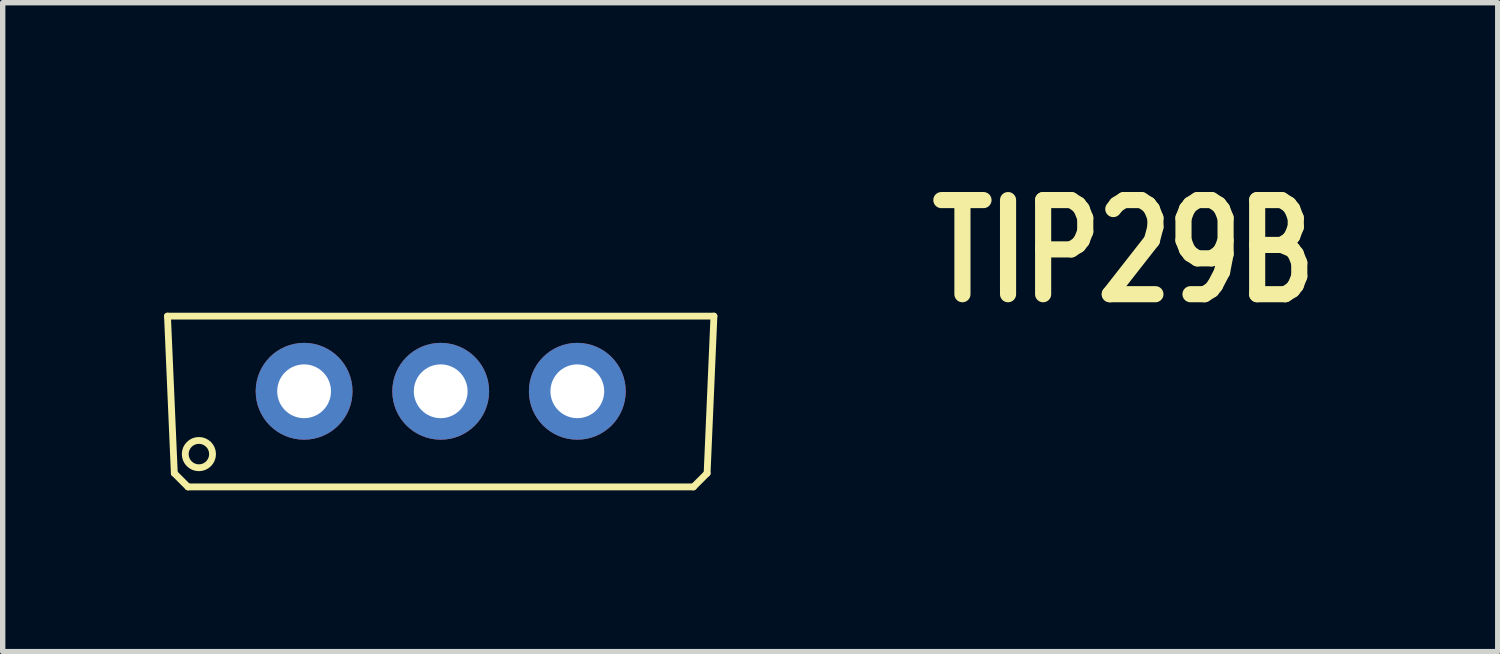
<source format=kicad_pcb>
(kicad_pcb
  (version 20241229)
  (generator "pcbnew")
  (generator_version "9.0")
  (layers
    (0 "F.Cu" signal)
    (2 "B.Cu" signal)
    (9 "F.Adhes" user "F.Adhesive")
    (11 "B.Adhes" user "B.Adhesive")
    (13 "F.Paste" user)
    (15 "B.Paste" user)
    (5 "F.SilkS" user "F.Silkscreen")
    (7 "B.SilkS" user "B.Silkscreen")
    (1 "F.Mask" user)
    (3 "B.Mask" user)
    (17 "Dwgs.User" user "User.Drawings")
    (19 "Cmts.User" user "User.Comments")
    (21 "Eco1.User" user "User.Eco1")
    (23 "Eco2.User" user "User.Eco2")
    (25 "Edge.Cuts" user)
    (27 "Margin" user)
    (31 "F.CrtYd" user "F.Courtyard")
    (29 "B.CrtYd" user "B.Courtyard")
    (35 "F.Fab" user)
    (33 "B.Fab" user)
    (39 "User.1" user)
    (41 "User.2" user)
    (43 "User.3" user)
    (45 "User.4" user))
  (footprint "TIP29B"
    (layer "F.Cu")
    (at 5.144 1.685)
    (property "Reference" "TIP29B" (at 8.981 0.965 0) (layer "F.SilkS") (effects (font (size 1.75 1.37) (thickness 0.3)) (justify left bottom)))
    (attr through_hole)
    (fp_line (start -5.08 1.143) (end 5.08 1.143) (stroke (width 0.127) (type solid)) (layer "F.SilkS"))
    (fp_line (start -4.953 4.064) (end -5.08 1.143) (stroke (width 0.127) (type solid)) (layer "F.SilkS"))
    (fp_line (start -4.953 4.064) (end -4.699 4.318) (stroke (width 0.127) (type solid)) (layer "F.SilkS"))
    (fp_line (start 4.699 4.318) (end -4.699 4.318) (stroke (width 0.127) (type solid)) (layer "F.SilkS"))
    (fp_line (start 4.699 4.318) (end 4.953 4.064) (stroke (width 0.127) (type solid)) (layer "F.SilkS"))
    (fp_line (start 5.08 1.143) (end 4.953 4.064) (stroke (width 0.127) (type solid)) (layer "F.SilkS"))
    (fp_circle (center -4.496 3.708) (end -4.242 3.708) (stroke (width 0.127) (type solid)) (fill no) (layer "F.SilkS"))
    (pad "1" thru_hole circle (at -2.54 2.54 90) (size 1.8 1.8) (drill 1) (layers "*.Cu" "*.Mask"))
    (pad "2" thru_hole circle (at 0 2.54 90) (size 1.8 1.8) (drill 1) (layers "*.Cu" "*.Mask"))
    (pad "3" thru_hole circle (at 2.54 2.54 90) (size 1.8 1.8) (drill 1) (layers "*.Cu" "*.Mask")))
  (gr_rect
    (start -3 -3)
    (end 24.797 9.066)
    (stroke (width 0.1) (type default))
    (fill no)
    (layer "Edge.Cuts")))
</source>
